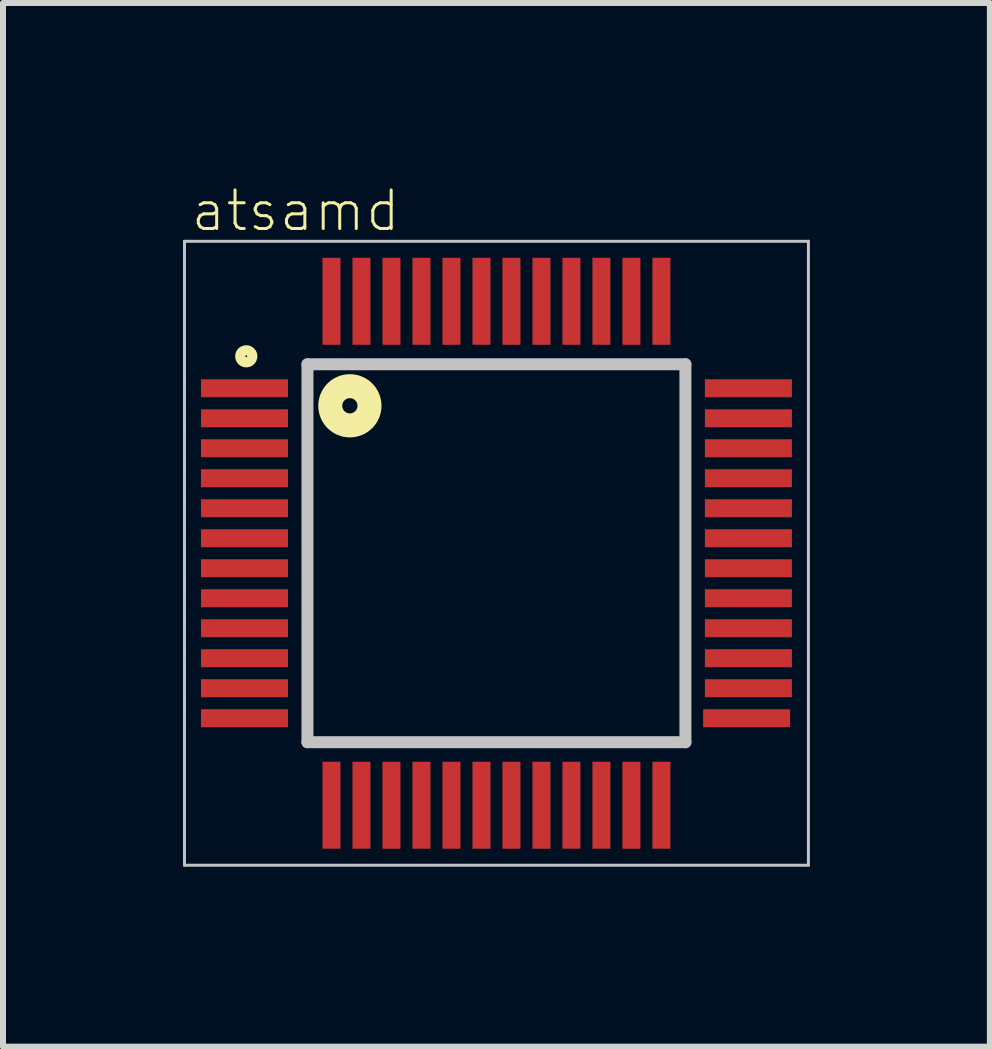
<source format=kicad_pcb>
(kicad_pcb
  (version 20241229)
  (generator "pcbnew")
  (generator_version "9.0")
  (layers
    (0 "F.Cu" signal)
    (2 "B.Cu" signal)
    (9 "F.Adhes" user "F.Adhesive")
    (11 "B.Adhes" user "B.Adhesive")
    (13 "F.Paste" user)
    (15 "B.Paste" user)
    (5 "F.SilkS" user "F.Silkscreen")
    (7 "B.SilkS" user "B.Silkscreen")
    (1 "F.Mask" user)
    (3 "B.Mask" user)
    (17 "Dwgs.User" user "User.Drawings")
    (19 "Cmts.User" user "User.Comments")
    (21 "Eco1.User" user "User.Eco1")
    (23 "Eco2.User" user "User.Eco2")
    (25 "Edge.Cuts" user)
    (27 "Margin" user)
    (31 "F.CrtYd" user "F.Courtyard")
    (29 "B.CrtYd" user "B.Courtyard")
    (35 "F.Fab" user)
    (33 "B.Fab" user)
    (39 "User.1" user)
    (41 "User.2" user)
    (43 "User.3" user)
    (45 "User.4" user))
  (footprint "atsamd"
    (layer "F.Cu")
    (at 5.225 6.172)
    (property "Reference" "atsamd" (at -3.347 -5.708 0) (layer "F.SilkS") (effects (font (size 0.643 0.643) (thickness 0.05))))
    (attr smd)
    (fp_circle (center -4.17 -3.283) (end -4.07 -3.283) (stroke (width 0.17) (type solid)) (fill no) (layer "F.SilkS"))
    (fp_circle (center -2.443 -2.458) (end -2.316 -2.458) (stroke (width 0.4) (type solid)) (fill no) (layer "F.SilkS"))
    (fp_line (start -5.2 -5.2) (end 5.2 -5.2) (stroke (width 0.05) (type solid)) (layer "Dwgs.User"))
    (fp_line (start -5.2 5.2) (end -5.2 -5.2) (stroke (width 0.05) (type solid)) (layer "Dwgs.User"))
    (fp_line (start -3.15 3.15) (end -3.15 -3.15) (stroke (width 0.2) (type solid)) (layer "Dwgs.User"))
    (fp_line (start 3.15 -3.15) (end -3.15 -3.15) (stroke (width 0.2) (type solid)) (layer "Dwgs.User"))
    (fp_line (start 3.15 3.15) (end -3.15 3.15) (stroke (width 0.2) (type solid)) (layer "Dwgs.User"))
    (fp_line (start 3.15 3.15) (end 3.15 -3.15) (stroke (width 0.2) (type solid)) (layer "Dwgs.User"))
    (fp_line (start 5.2 -5.2) (end 5.2 5.2) (stroke (width 0.05) (type solid)) (layer "Dwgs.User"))
    (fp_line (start 5.2 5.2) (end -5.2 5.2) (stroke (width 0.05) (type solid)) (layer "Dwgs.User"))
    (pad "1" smd rect (at -4.2 -2.75 180) (size 1.45 0.3) (layers "F.Cu" "F.Mask" "F.Paste"))
    (pad "2" smd rect (at -4.2 -2.25 180) (size 1.45 0.3) (layers "F.Cu" "F.Mask" "F.Paste"))
    (pad "3" smd rect (at -4.2 -1.75 180) (size 1.45 0.3) (layers "F.Cu" "F.Mask" "F.Paste"))
    (pad "4" smd rect (at -4.2 -1.25 180) (size 1.45 0.3) (layers "F.Cu" "F.Mask" "F.Paste"))
    (pad "5" smd rect (at -4.2 -0.75 180) (size 1.45 0.3) (layers "F.Cu" "F.Mask" "F.Paste"))
    (pad "6" smd rect (at -4.2 -0.25 180) (size 1.45 0.3) (layers "F.Cu" "F.Mask" "F.Paste"))
    (pad "7" smd rect (at -4.2 0.25 180) (size 1.45 0.3) (layers "F.Cu" "F.Mask" "F.Paste"))
    (pad "8" smd rect (at -4.2 0.75 180) (size 1.45 0.3) (layers "F.Cu" "F.Mask" "F.Paste"))
    (pad "9" smd rect (at -4.2 1.25 180) (size 1.45 0.3) (layers "F.Cu" "F.Mask" "F.Paste"))
    (pad "10" smd rect (at -4.2 1.75 180) (size 1.45 0.3) (layers "F.Cu" "F.Mask" "F.Paste"))
    (pad "11" smd rect (at -4.2 2.25 180) (size 1.45 0.3) (layers "F.Cu" "F.Mask" "F.Paste"))
    (pad "12" smd rect (at -4.2 2.75 180) (size 1.45 0.3) (layers "F.Cu" "F.Mask" "F.Paste"))
    (pad "13" smd rect (at -2.75 4.2 270) (size 1.45 0.3) (layers "F.Cu" "F.Mask" "F.Paste"))
    (pad "14" smd rect (at -2.25 4.2 270) (size 1.45 0.3) (layers "F.Cu" "F.Mask" "F.Paste"))
    (pad "15" smd rect (at -1.75 4.2 270) (size 1.45 0.3) (layers "F.Cu" "F.Mask" "F.Paste"))
    (pad "16" smd rect (at -1.25 4.2 270) (size 1.45 0.3) (layers "F.Cu" "F.Mask" "F.Paste"))
    (pad "17" smd rect (at -0.75 4.2 90) (size 1.45 0.3) (layers "F.Cu" "F.Mask" "F.Paste"))
    (pad "18" smd rect (at -0.25 4.2 270) (size 1.45 0.3) (layers "F.Cu" "F.Mask" "F.Paste"))
    (pad "19" smd rect (at 0.25 4.2 90) (size 1.45 0.3) (layers "F.Cu" "F.Mask" "F.Paste"))
    (pad "20" smd rect (at 0.75 4.2 90) (size 1.45 0.3) (layers "F.Cu" "F.Mask" "F.Paste"))
    (pad "21" smd rect (at 1.25 4.2 90) (size 1.45 0.3) (layers "F.Cu" "F.Mask" "F.Paste"))
    (pad "22" smd rect (at 1.75 4.2 90) (size 1.45 0.3) (layers "F.Cu" "F.Mask" "F.Paste"))
    (pad "23" smd rect (at 2.25 4.2 90) (size 1.45 0.3) (layers "F.Cu" "F.Mask" "F.Paste"))
    (pad "24" smd rect (at 2.75 4.2 90) (size 1.45 0.3) (layers "F.Cu" "F.Mask" "F.Paste"))
    (pad "25" smd rect (at 4.17 2.75) (size 1.45 0.3) (layers "F.Cu" "F.Mask" "F.Paste"))
    (pad "26" smd rect (at 4.2 2.25) (size 1.45 0.3) (layers "F.Cu" "F.Mask" "F.Paste"))
    (pad "27" smd rect (at 4.2 1.75) (size 1.45 0.3) (layers "F.Cu" "F.Mask" "F.Paste"))
    (pad "28" smd rect (at 4.2 1.25) (size 1.45 0.3) (layers "F.Cu" "F.Mask" "F.Paste"))
    (pad "29" smd rect (at 4.2 0.75) (size 1.45 0.3) (layers "F.Cu" "F.Mask" "F.Paste"))
    (pad "30" smd rect (at 4.2 0.25) (size 1.45 0.3) (layers "F.Cu" "F.Mask" "F.Paste"))
    (pad "31" smd rect (at 4.2 -0.25) (size 1.45 0.3) (layers "F.Cu" "F.Mask" "F.Paste"))
    (pad "32" smd rect (at 4.2 -0.75) (size 1.45 0.3) (layers "F.Cu" "F.Mask" "F.Paste"))
    (pad "33" smd rect (at 4.2 -1.25) (size 1.45 0.3) (layers "F.Cu" "F.Mask" "F.Paste"))
    (pad "34" smd rect (at 4.2 -1.75) (size 1.45 0.3) (layers "F.Cu" "F.Mask" "F.Paste"))
    (pad "35" smd rect (at 4.2 -2.25) (size 1.45 0.3) (layers "F.Cu" "F.Mask" "F.Paste"))
    (pad "36" smd rect (at 4.2 -2.75) (size 1.45 0.3) (layers "F.Cu" "F.Mask" "F.Paste"))
    (pad "37" smd rect (at 2.75 -4.2 90) (size 1.45 0.3) (layers "F.Cu" "F.Mask" "F.Paste"))
    (pad "38" smd rect (at 2.25 -4.2 90) (size 1.45 0.3) (layers "F.Cu" "F.Mask" "F.Paste"))
    (pad "39" smd rect (at 1.75 -4.2 90) (size 1.45 0.3) (layers "F.Cu" "F.Mask" "F.Paste"))
    (pad "40" smd rect (at 1.25 -4.2 90) (size 1.45 0.3) (layers "F.Cu" "F.Mask" "F.Paste"))
    (pad "41" smd rect (at 0.75 -4.2 90) (size 1.45 0.3) (layers "F.Cu" "F.Mask" "F.Paste"))
    (pad "42" smd rect (at 0.25 -4.2 90) (size 1.45 0.3) (layers "F.Cu" "F.Mask" "F.Paste"))
    (pad "43" smd rect (at -0.25 -4.2 270) (size 1.45 0.3) (layers "F.Cu" "F.Mask" "F.Paste"))
    (pad "44" smd rect (at -0.75 -4.2 270) (size 1.45 0.3) (layers "F.Cu" "F.Mask" "F.Paste"))
    (pad "45" smd rect (at -1.25 -4.2 270) (size 1.45 0.3) (layers "F.Cu" "F.Mask" "F.Paste"))
    (pad "46" smd rect (at -1.75 -4.2 270) (size 1.45 0.3) (layers "F.Cu" "F.Mask" "F.Paste"))
    (pad "47" smd rect (at -2.25 -4.2 270) (size 1.45 0.3) (layers "F.Cu" "F.Mask" "F.Paste"))
    (pad "48" smd rect (at -2.75 -4.2 270) (size 1.45 0.3) (layers "F.Cu" "F.Mask" "F.Paste")))
  (gr_rect
    (start -3 -3)
    (end 13.45 14.397)
    (stroke (width 0.1) (type default))
    (fill no)
    (layer "Edge.Cuts")))
</source>
